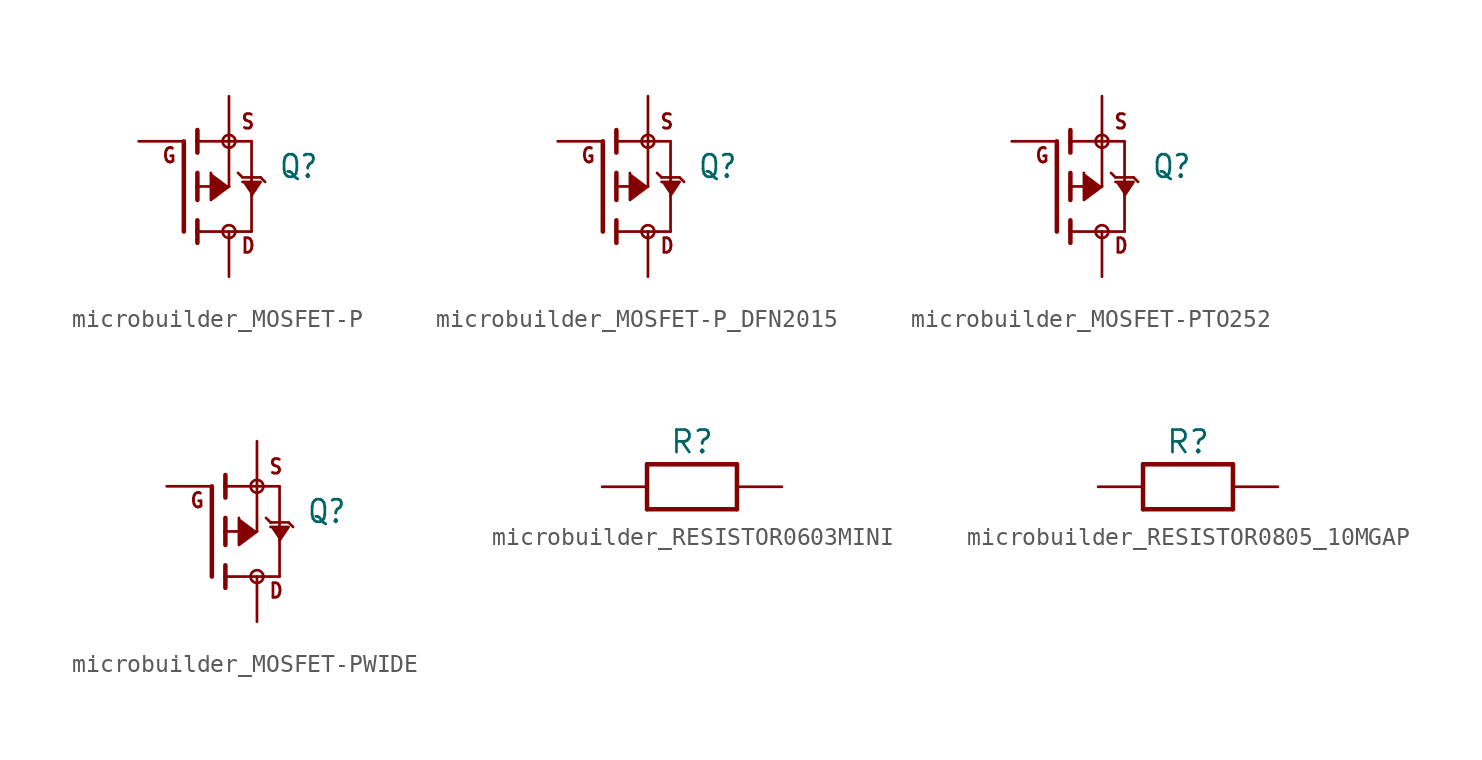
<source format=kicad_sym>
(kicad_symbol_lib
  (version 20241209)
  (generator "kicad_symbol_editor")
  (generator_version "9.0")
  (symbol "microbuilder_MOSFET-P"
    (property "Reference" "Q"
      (at 2.794 0.381 0)
      (effects (font (size 1.27 1.079)) (justify left bottom)))
    (property "Value" ""
      (at 2.794 -1.905 0)
      (effects (font (size 1.27 1.079)) (justify left bottom)))
    (property "ki_locked" ""
      (at 0 0 0)
      (effects (font (size 1.27 1.27))))
    (symbol "microbuilder_MOSFET-P_1_0"
      (polyline (pts (xy -2.54 -2.54) (xy -2.54 2.54)) (stroke (width 0.254) (type solid)) (fill (type none)))
      (polyline (pts (xy -1.778 2.54) (xy -1.778 3.175)) (stroke (width 0.254) (type solid)) (fill (type none)))
      (polyline (pts (xy -1.778 1.905) (xy -1.778 2.54)) (stroke (width 0.254) (type solid)) (fill (type none)))
      (polyline (pts (xy -1.778 0) (xy -1.778 0.762)) (stroke (width 0.254) (type solid)) (fill (type none)))
      (polyline (pts (xy -1.778 0) (xy 0 0)) (stroke (width 0.152) (type solid)) (fill (type none)))
      (polyline (pts (xy -1.778 -0.762) (xy -1.778 0)) (stroke (width 0.254) (type solid)) (fill (type none)))
      (polyline (pts (xy -1.778 -2.54) (xy -1.778 -1.905)) (stroke (width 0.254) (type solid)) (fill (type none)))
      (polyline (pts (xy -1.778 -2.54) (xy 1.27 -2.54)) (stroke (width 0.152) (type solid)) (fill (type none)))
      (polyline (pts (xy -1.778 -3.175) (xy -1.778 -2.54)) (stroke (width 0.254) (type solid)) (fill (type none)))
      (circle (center 0 2.54) (radius 0.359) (stroke (width 0) (type solid)) (fill (type none)))
      (polyline (pts (xy 0 2.54) (xy -1.778 2.54)) (stroke (width 0.152) (type solid)) (fill (type none)))
      (polyline (pts (xy 0 2.54) (xy 1.27 2.54)) (stroke (width 0.152) (type solid)) (fill (type none)))
      (polyline (pts (xy 0 0) (xy 0 2.54)) (stroke (width 0.152) (type solid)) (fill (type none)))
      (polyline (pts (xy 0 0) (xy -1.016 -0.762) (xy -1.016 0.762)) (stroke (width 0.152) (type solid)) (fill (type outline)))
      (circle (center 0 -2.54) (radius 0.359) (stroke (width 0) (type solid)) (fill (type none)))
      (polyline (pts (xy 0.508 0.762) (xy 0.762 0.508)) (stroke (width 0.152) (type solid)) (fill (type none)))
      (polyline (pts (xy 0.762 0.508) (xy 1.27 0.508)) (stroke (width 0.152) (type solid)) (fill (type none)))
      (polyline (pts (xy 1.27 0.508) (xy 1.27 2.54)) (stroke (width 0.152) (type solid)) (fill (type none)))
      (polyline (pts (xy 1.27 0.508) (xy 1.778 0.508)) (stroke (width 0.152) (type solid)) (fill (type none)))
      (polyline (pts (xy 1.27 -0.508) (xy 1.778 0.254) (xy 0.762 0.254)) (stroke (width 0.152) (type solid)) (fill (type outline)))
      (polyline (pts (xy 1.27 -2.54) (xy 1.27 0.508)) (stroke (width 0.152) (type solid)) (fill (type none)))
      (polyline (pts (xy 1.778 0.508) (xy 2.032 0.254)) (stroke (width 0.152) (type solid)) (fill (type none)))
      (text "G" (at -3.81 1.27 0) (effects (font (size 0.813 0.691)) (justify left bottom)))
      (text "S" (at 0.635 3.175 0) (effects (font (size 0.813 0.691)) (justify left bottom)))
      (text "D" (at 0.635 -3.81 0) (effects (font (size 0.813 0.691)) (justify left bottom)))
      (pin passive line (at -5.08 2.54 0) (length 2.54) (name "G" (effects (font (size 0 0)))) (number "1" (effects (font (size 0 0)))))
      (pin passive line (at 0 5.08 270) (length 2.54) (name "S" (effects (font (size 0 0)))) (number "2" (effects (font (size 0 0)))))
      (pin passive line (at 0 -5.08 90) (length 2.54) (name "D" (effects (font (size 0 0)))) (number "3" (effects (font (size 0 0)))))))
  (symbol "microbuilder_MOSFET-P_DFN2015"
    (property "Reference" "Q"
      (at 2.794 0.381 0)
      (effects (font (size 1.27 1.079)) (justify left bottom)))
    (property "Value" ""
      (at 2.794 -1.905 0)
      (effects (font (size 1.27 1.079)) (justify left bottom)))
    (property "ki_locked" ""
      (at 0 0 0)
      (effects (font (size 1.27 1.27))))
    (symbol "microbuilder_MOSFET-P_DFN2015_1_0"
      (polyline (pts (xy -2.54 -2.54) (xy -2.54 2.54)) (stroke (width 0.254) (type solid)) (fill (type none)))
      (polyline (pts (xy -1.778 2.54) (xy -1.778 3.175)) (stroke (width 0.254) (type solid)) (fill (type none)))
      (polyline (pts (xy -1.778 1.905) (xy -1.778 2.54)) (stroke (width 0.254) (type solid)) (fill (type none)))
      (polyline (pts (xy -1.778 0) (xy -1.778 0.762)) (stroke (width 0.254) (type solid)) (fill (type none)))
      (polyline (pts (xy -1.778 0) (xy 0 0)) (stroke (width 0.152) (type solid)) (fill (type none)))
      (polyline (pts (xy -1.778 -0.762) (xy -1.778 0)) (stroke (width 0.254) (type solid)) (fill (type none)))
      (polyline (pts (xy -1.778 -2.54) (xy -1.778 -1.905)) (stroke (width 0.254) (type solid)) (fill (type none)))
      (polyline (pts (xy -1.778 -2.54) (xy 1.27 -2.54)) (stroke (width 0.152) (type solid)) (fill (type none)))
      (polyline (pts (xy -1.778 -3.175) (xy -1.778 -2.54)) (stroke (width 0.254) (type solid)) (fill (type none)))
      (circle (center 0 2.54) (radius 0.359) (stroke (width 0) (type solid)) (fill (type none)))
      (polyline (pts (xy 0 2.54) (xy -1.778 2.54)) (stroke (width 0.152) (type solid)) (fill (type none)))
      (polyline (pts (xy 0 2.54) (xy 1.27 2.54)) (stroke (width 0.152) (type solid)) (fill (type none)))
      (polyline (pts (xy 0 0) (xy 0 2.54)) (stroke (width 0.152) (type solid)) (fill (type none)))
      (polyline (pts (xy 0 0) (xy -1.016 -0.762) (xy -1.016 0.762)) (stroke (width 0.152) (type solid)) (fill (type outline)))
      (circle (center 0 -2.54) (radius 0.359) (stroke (width 0) (type solid)) (fill (type none)))
      (polyline (pts (xy 0.508 0.762) (xy 0.762 0.508)) (stroke (width 0.152) (type solid)) (fill (type none)))
      (polyline (pts (xy 0.762 0.508) (xy 1.27 0.508)) (stroke (width 0.152) (type solid)) (fill (type none)))
      (polyline (pts (xy 1.27 0.508) (xy 1.27 2.54)) (stroke (width 0.152) (type solid)) (fill (type none)))
      (polyline (pts (xy 1.27 0.508) (xy 1.778 0.508)) (stroke (width 0.152) (type solid)) (fill (type none)))
      (polyline (pts (xy 1.27 -0.508) (xy 1.778 0.254) (xy 0.762 0.254)) (stroke (width 0.152) (type solid)) (fill (type outline)))
      (polyline (pts (xy 1.27 -2.54) (xy 1.27 0.508)) (stroke (width 0.152) (type solid)) (fill (type none)))
      (polyline (pts (xy 1.778 0.508) (xy 2.032 0.254)) (stroke (width 0.152) (type solid)) (fill (type none)))
      (text "G" (at -3.81 1.27 0) (effects (font (size 0.813 0.691)) (justify left bottom)))
      (text "S" (at 0.635 3.175 0) (effects (font (size 0.813 0.691)) (justify left bottom)))
      (text "D" (at 0.635 -3.81 0) (effects (font (size 0.813 0.691)) (justify left bottom)))
      (pin passive line (at -5.08 2.54 0) (length 2.54) (name "G" (effects (font (size 0 0)))) (number "1" (effects (font (size 0 0)))))
      (pin passive line (at 0 5.08 270) (length 2.54) (name "S" (effects (font (size 0 0)))) (number "2" (effects (font (size 0 0)))))
      (pin passive line (at 0 -5.08 90) (length 2.54) (name "D" (effects (font (size 0 0)))) (number "3" (effects (font (size 0 0)))))))
  (symbol "microbuilder_MOSFET-PTO252"
    (property "Reference" "Q"
      (at 2.794 0.381 0)
      (effects (font (size 1.27 1.079)) (justify left bottom)))
    (property "Value" ""
      (at 2.794 -1.905 0)
      (effects (font (size 1.27 1.079)) (justify left bottom)))
    (property "ki_locked" ""
      (at 0 0 0)
      (effects (font (size 1.27 1.27))))
    (symbol "microbuilder_MOSFET-PTO252_1_0"
      (polyline (pts (xy -2.54 -2.54) (xy -2.54 2.54)) (stroke (width 0.254) (type solid)) (fill (type none)))
      (polyline (pts (xy -1.778 2.54) (xy -1.778 3.175)) (stroke (width 0.254) (type solid)) (fill (type none)))
      (polyline (pts (xy -1.778 1.905) (xy -1.778 2.54)) (stroke (width 0.254) (type solid)) (fill (type none)))
      (polyline (pts (xy -1.778 0) (xy -1.778 0.762)) (stroke (width 0.254) (type solid)) (fill (type none)))
      (polyline (pts (xy -1.778 0) (xy 0 0)) (stroke (width 0.152) (type solid)) (fill (type none)))
      (polyline (pts (xy -1.778 -0.762) (xy -1.778 0)) (stroke (width 0.254) (type solid)) (fill (type none)))
      (polyline (pts (xy -1.778 -2.54) (xy -1.778 -1.905)) (stroke (width 0.254) (type solid)) (fill (type none)))
      (polyline (pts (xy -1.778 -2.54) (xy 1.27 -2.54)) (stroke (width 0.152) (type solid)) (fill (type none)))
      (polyline (pts (xy -1.778 -3.175) (xy -1.778 -2.54)) (stroke (width 0.254) (type solid)) (fill (type none)))
      (circle (center 0 2.54) (radius 0.359) (stroke (width 0) (type solid)) (fill (type none)))
      (polyline (pts (xy 0 2.54) (xy -1.778 2.54)) (stroke (width 0.152) (type solid)) (fill (type none)))
      (polyline (pts (xy 0 2.54) (xy 1.27 2.54)) (stroke (width 0.152) (type solid)) (fill (type none)))
      (polyline (pts (xy 0 0) (xy 0 2.54)) (stroke (width 0.152) (type solid)) (fill (type none)))
      (polyline (pts (xy 0 0) (xy -1.016 -0.762) (xy -1.016 0.762)) (stroke (width 0.152) (type solid)) (fill (type outline)))
      (circle (center 0 -2.54) (radius 0.359) (stroke (width 0) (type solid)) (fill (type none)))
      (polyline (pts (xy 0.508 0.762) (xy 0.762 0.508)) (stroke (width 0.152) (type solid)) (fill (type none)))
      (polyline (pts (xy 0.762 0.508) (xy 1.27 0.508)) (stroke (width 0.152) (type solid)) (fill (type none)))
      (polyline (pts (xy 1.27 0.508) (xy 1.27 2.54)) (stroke (width 0.152) (type solid)) (fill (type none)))
      (polyline (pts (xy 1.27 0.508) (xy 1.778 0.508)) (stroke (width 0.152) (type solid)) (fill (type none)))
      (polyline (pts (xy 1.27 -0.508) (xy 1.778 0.254) (xy 0.762 0.254)) (stroke (width 0.152) (type solid)) (fill (type outline)))
      (polyline (pts (xy 1.27 -2.54) (xy 1.27 0.508)) (stroke (width 0.152) (type solid)) (fill (type none)))
      (polyline (pts (xy 1.778 0.508) (xy 2.032 0.254)) (stroke (width 0.152) (type solid)) (fill (type none)))
      (text "G" (at -3.81 1.27 0) (effects (font (size 0.813 0.691)) (justify left bottom)))
      (text "S" (at 0.635 3.175 0) (effects (font (size 0.813 0.691)) (justify left bottom)))
      (text "D" (at 0.635 -3.81 0) (effects (font (size 0.813 0.691)) (justify left bottom)))
      (pin passive line (at -5.08 2.54 0) (length 2.54) (name "G" (effects (font (size 0 0)))) (number "1" (effects (font (size 0 0)))))
      (pin passive line (at 0 5.08 270) (length 2.54) (name "S" (effects (font (size 0 0)))) (number "2" (effects (font (size 0 0)))))
      (pin passive line (at 0 -5.08 90) (length 2.54) (name "D" (effects (font (size 0 0)))) (number "3" (effects (font (size 0 0)))))))
  (symbol "microbuilder_MOSFET-PWIDE"
    (property "Reference" "Q"
      (at 2.794 0.381 0)
      (effects (font (size 1.27 1.079)) (justify left bottom)))
    (property "Value" ""
      (at 2.794 -1.905 0)
      (effects (font (size 1.27 1.079)) (justify left bottom)))
    (property "ki_locked" ""
      (at 0 0 0)
      (effects (font (size 1.27 1.27))))
    (symbol "microbuilder_MOSFET-PWIDE_1_0"
      (polyline (pts (xy -2.54 -2.54) (xy -2.54 2.54)) (stroke (width 0.254) (type solid)) (fill (type none)))
      (polyline (pts (xy -1.778 2.54) (xy -1.778 3.175)) (stroke (width 0.254) (type solid)) (fill (type none)))
      (polyline (pts (xy -1.778 1.905) (xy -1.778 2.54)) (stroke (width 0.254) (type solid)) (fill (type none)))
      (polyline (pts (xy -1.778 0) (xy -1.778 0.762)) (stroke (width 0.254) (type solid)) (fill (type none)))
      (polyline (pts (xy -1.778 0) (xy 0 0)) (stroke (width 0.152) (type solid)) (fill (type none)))
      (polyline (pts (xy -1.778 -0.762) (xy -1.778 0)) (stroke (width 0.254) (type solid)) (fill (type none)))
      (polyline (pts (xy -1.778 -2.54) (xy -1.778 -1.905)) (stroke (width 0.254) (type solid)) (fill (type none)))
      (polyline (pts (xy -1.778 -2.54) (xy 1.27 -2.54)) (stroke (width 0.152) (type solid)) (fill (type none)))
      (polyline (pts (xy -1.778 -3.175) (xy -1.778 -2.54)) (stroke (width 0.254) (type solid)) (fill (type none)))
      (circle (center 0 2.54) (radius 0.359) (stroke (width 0) (type solid)) (fill (type none)))
      (polyline (pts (xy 0 2.54) (xy -1.778 2.54)) (stroke (width 0.152) (type solid)) (fill (type none)))
      (polyline (pts (xy 0 2.54) (xy 1.27 2.54)) (stroke (width 0.152) (type solid)) (fill (type none)))
      (polyline (pts (xy 0 0) (xy 0 2.54)) (stroke (width 0.152) (type solid)) (fill (type none)))
      (polyline (pts (xy 0 0) (xy -1.016 -0.762) (xy -1.016 0.762)) (stroke (width 0.152) (type solid)) (fill (type outline)))
      (circle (center 0 -2.54) (radius 0.359) (stroke (width 0) (type solid)) (fill (type none)))
      (polyline (pts (xy 0.508 0.762) (xy 0.762 0.508)) (stroke (width 0.152) (type solid)) (fill (type none)))
      (polyline (pts (xy 0.762 0.508) (xy 1.27 0.508)) (stroke (width 0.152) (type solid)) (fill (type none)))
      (polyline (pts (xy 1.27 0.508) (xy 1.27 2.54)) (stroke (width 0.152) (type solid)) (fill (type none)))
      (polyline (pts (xy 1.27 0.508) (xy 1.778 0.508)) (stroke (width 0.152) (type solid)) (fill (type none)))
      (polyline (pts (xy 1.27 -0.508) (xy 1.778 0.254) (xy 0.762 0.254)) (stroke (width 0.152) (type solid)) (fill (type outline)))
      (polyline (pts (xy 1.27 -2.54) (xy 1.27 0.508)) (stroke (width 0.152) (type solid)) (fill (type none)))
      (polyline (pts (xy 1.778 0.508) (xy 2.032 0.254)) (stroke (width 0.152) (type solid)) (fill (type none)))
      (text "G" (at -3.81 1.27 0) (effects (font (size 0.813 0.691)) (justify left bottom)))
      (text "S" (at 0.635 3.175 0) (effects (font (size 0.813 0.691)) (justify left bottom)))
      (text "D" (at 0.635 -3.81 0) (effects (font (size 0.813 0.691)) (justify left bottom)))
      (pin passive line (at -5.08 2.54 0) (length 2.54) (name "G" (effects (font (size 0 0)))) (number "1" (effects (font (size 0 0)))))
      (pin passive line (at 0 5.08 270) (length 2.54) (name "S" (effects (font (size 0 0)))) (number "2" (effects (font (size 0 0)))))
      (pin passive line (at 0 -5.08 90) (length 2.54) (name "D" (effects (font (size 0 0)))) (number "3" (effects (font (size 0 0)))))))
  (symbol "microbuilder_RESISTOR0603MINI"
    (property "Reference" "R"
      (at 0 2.54 0)
      (effects (font (size 1.27 1.27))))
    (property "Value" ""
      (at 0 0 0)
      (effects (font (size 1.016 1.016) (thickness 0.203) (bold yes))))
    (property "ki_locked" ""
      (at 0 0 0)
      (effects (font (size 1.27 1.27))))
    (symbol "microbuilder_RESISTOR0603MINI_1_0"
      (polyline (pts (xy -2.54 1.27) (xy 2.54 1.27)) (stroke (width 0.254) (type solid)) (fill (type none)))
      (polyline (pts (xy -2.54 -1.27) (xy -2.54 1.27)) (stroke (width 0.254) (type solid)) (fill (type none)))
      (polyline (pts (xy 2.54 1.27) (xy 2.54 -1.27)) (stroke (width 0.254) (type solid)) (fill (type none)))
      (polyline (pts (xy 2.54 -1.27) (xy -2.54 -1.27)) (stroke (width 0.254) (type solid)) (fill (type none)))
      (pin passive line (at -5.08 0 0) (length 2.54) (name "1" (effects (font (size 0 0)))) (number "1" (effects (font (size 0 0)))))
      (pin passive line (at 5.08 0 180) (length 2.54) (name "2" (effects (font (size 0 0)))) (number "2" (effects (font (size 0 0)))))))
  (symbol "microbuilder_RESISTOR0805_10MGAP"
    (property "Reference" "R"
      (at 0 2.54 0)
      (effects (font (size 1.27 1.27))))
    (property "Value" ""
      (at 0 0 0)
      (effects (font (size 1.016 1.016) (thickness 0.203) (bold yes))))
    (property "ki_locked" ""
      (at 0 0 0)
      (effects (font (size 1.27 1.27))))
    (symbol "microbuilder_RESISTOR0805_10MGAP_1_0"
      (polyline (pts (xy -2.54 1.27) (xy 2.54 1.27)) (stroke (width 0.254) (type solid)) (fill (type none)))
      (polyline (pts (xy -2.54 -1.27) (xy -2.54 1.27)) (stroke (width 0.254) (type solid)) (fill (type none)))
      (polyline (pts (xy 2.54 1.27) (xy 2.54 -1.27)) (stroke (width 0.254) (type solid)) (fill (type none)))
      (polyline (pts (xy 2.54 -1.27) (xy -2.54 -1.27)) (stroke (width 0.254) (type solid)) (fill (type none)))
      (pin passive line (at -5.08 0 0) (length 2.54) (name "1" (effects (font (size 0 0)))) (number "1" (effects (font (size 0 0)))))
      (pin passive line (at 5.08 0 180) (length 2.54) (name "2" (effects (font (size 0 0)))) (number "2" (effects (font (size 0 0))))))))
</source>
